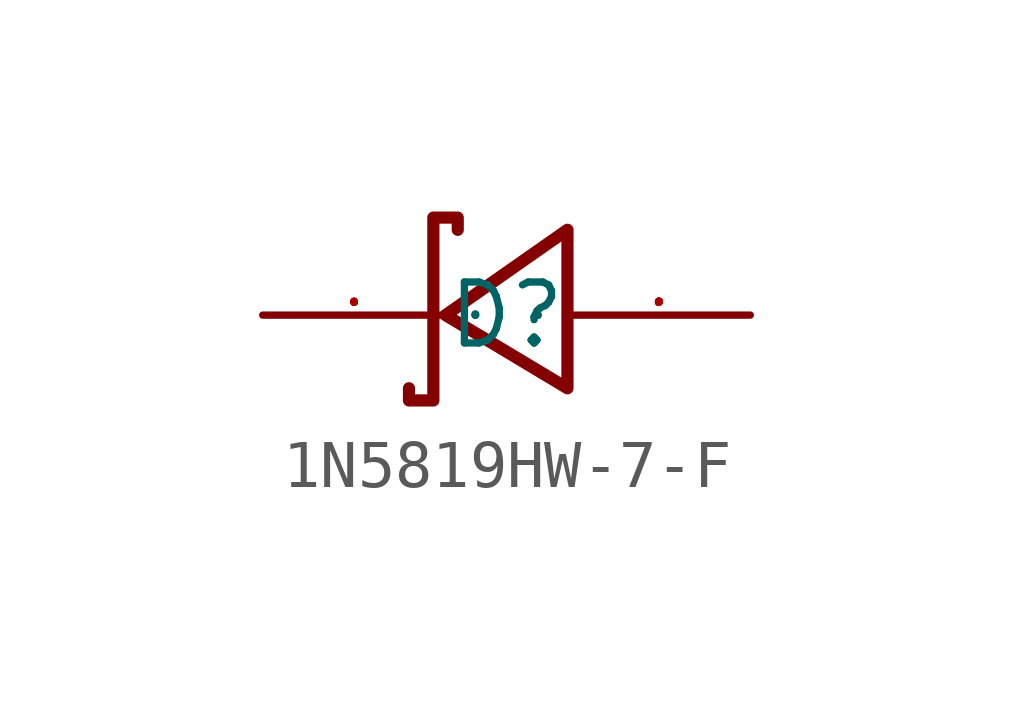
<source format=kicad_sym>
(kicad_symbol_lib
  (version 20241209)
  (generator "kicad_symbol_editor")
  (generator_version "9.0")
  (symbol "1N5819HW-7-F"
    (property "Reference" "D"
      (at 0 0 0)
      (effects (font (size 1.27 1.27))))
    (property "Value" ""
      (at 0 0 0)
      (effects (font (size 1.27 1.27))))
    (symbol "1N5819HW-7-F_1_0"
      (polyline (pts (xy -2.032 -1.524) (xy -2.032 -1.778) (xy -2.032 -1.778) (xy -1.524 -1.778) (xy -1.524 -1.778) (xy -1.524 2.032) (xy -1.524 2.032) (xy -1.016 2.032) (xy -1.016 2.032) (xy -1.016 1.778)) (stroke (width 0.254) (type default)) (fill (type none)))
      (polyline (pts (xy 1.27 -1.524) (xy -1.27 0) (xy -1.27 0) (xy 1.27 1.778) (xy 1.27 1.778) (xy 1.27 -1.524)) (stroke (width 0.254) (type default)) (fill (type none)))
      (pin unspecified line (at -5.08 0 0) (length 3.81) (name "K" (effects (font (size 0.025 0.025)))) (number "1" (effects (font (size 0.025 0.025)))))
      (pin unspecified line (at 5.08 0 180) (length 3.81) (name "A" (effects (font (size 0.025 0.025)))) (number "2" (effects (font (size 0.025 0.025))))))))
</source>
